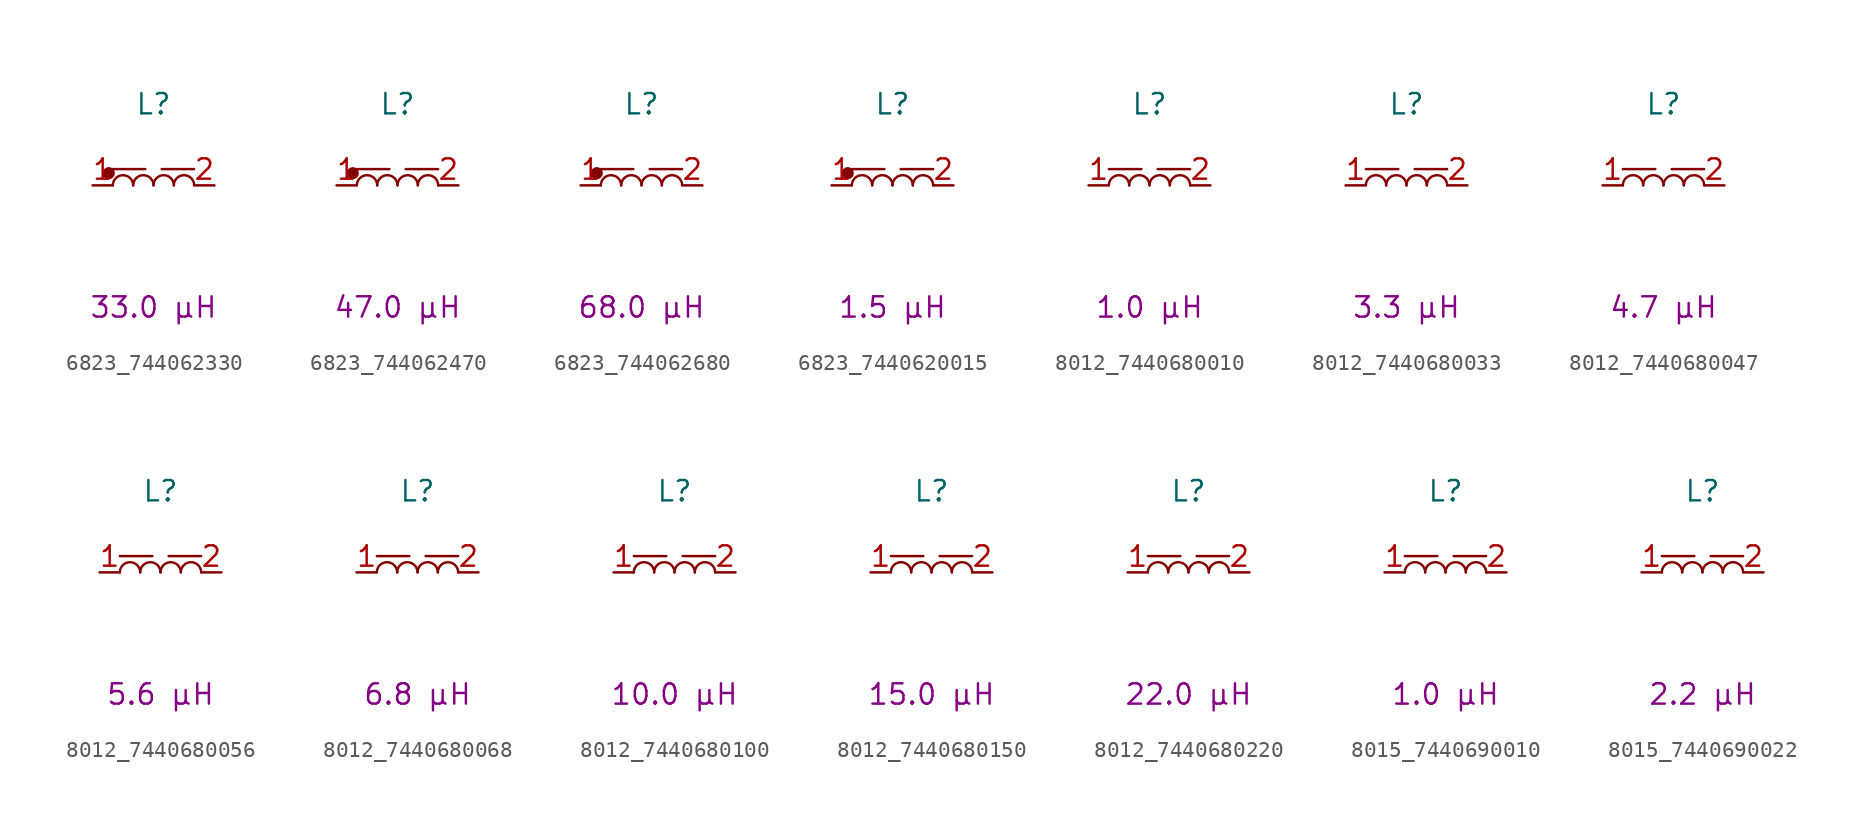
<source format=kicad_sym>
(kicad_symbol_lib
  (version 20220914)
  (generator kicad_symbol_editor)
  (symbol "6823_744062330"
    (pin_names hide)
    (property "Reference" "L"
      (at 0 5.08 0)
      (effects (font (size 1.27 1.27))))
    (property "Critical Parameter" "33.0 µH"
      (at 0 -7.62 0)
      (effects (font (size 1.27 1.27))))
    (symbol "6823_744062330_0_1"
      (arc (start -1.27 0) (mid -1.905 0.6323) (end -2.54 0) (stroke (width 0) (type default)) (fill (type none)))
      (arc (start 0 0) (mid -0.635 0.6323) (end -1.27 0) (stroke (width 0) (type default)) (fill (type none)))
      (polyline (pts (xy -2.54 1.016) (xy -0.508 1.016)) (stroke (width 0) (type default)) (fill (type none)))
      (arc (start 1.27 0) (mid 0.635 0.6323) (end 0 0) (stroke (width 0) (type default)) (fill (type none)))
      (arc (start 2.54 0) (mid 1.905 0.6323) (end 1.27 0) (stroke (width 0) (type default)) (fill (type none))))
    (symbol "6823_744062330_1_1"
      (circle (center -2.794 0.762) (radius 0.0001) (stroke (width 0.381) (type default)) (fill (type none)))
      (polyline (pts (xy 2.54 1.016) (xy 0.508 1.016)) (stroke (width 0) (type default)) (fill (type none)))
      (pin passive line (at -3.81 0 0) (length 1.27) (name "1" (effects (font (size 1.27 1.27)))) (number "1" (effects (font (size 1.27 1.27)))))
      (pin passive line (at 3.81 0 180) (length 1.27) (name "2" (effects (font (size 1.27 1.27)))) (number "2" (effects (font (size 1.27 1.27)))))))
  (symbol "6823_744062470"
    (pin_names hide)
    (property "Reference" "L"
      (at 0 5.08 0)
      (effects (font (size 1.27 1.27))))
    (property "Critical Parameter" "47.0 µH"
      (at 0 -7.62 0)
      (effects (font (size 1.27 1.27))))
    (symbol "6823_744062470_0_1"
      (arc (start -1.27 0) (mid -1.905 0.6323) (end -2.54 0) (stroke (width 0) (type default)) (fill (type none)))
      (arc (start 0 0) (mid -0.635 0.6323) (end -1.27 0) (stroke (width 0) (type default)) (fill (type none)))
      (polyline (pts (xy -2.54 1.016) (xy -0.508 1.016)) (stroke (width 0) (type default)) (fill (type none)))
      (arc (start 1.27 0) (mid 0.635 0.6323) (end 0 0) (stroke (width 0) (type default)) (fill (type none)))
      (arc (start 2.54 0) (mid 1.905 0.6323) (end 1.27 0) (stroke (width 0) (type default)) (fill (type none))))
    (symbol "6823_744062470_1_1"
      (circle (center -2.794 0.762) (radius 0.0001) (stroke (width 0.381) (type default)) (fill (type none)))
      (polyline (pts (xy 2.54 1.016) (xy 0.508 1.016)) (stroke (width 0) (type default)) (fill (type none)))
      (pin passive line (at -3.81 0 0) (length 1.27) (name "1" (effects (font (size 1.27 1.27)))) (number "1" (effects (font (size 1.27 1.27)))))
      (pin passive line (at 3.81 0 180) (length 1.27) (name "2" (effects (font (size 1.27 1.27)))) (number "2" (effects (font (size 1.27 1.27)))))))
  (symbol "6823_744062680"
    (pin_names hide)
    (property "Reference" "L"
      (at 0 5.08 0)
      (effects (font (size 1.27 1.27))))
    (property "Critical Parameter" "68.0 µH"
      (at 0 -7.62 0)
      (effects (font (size 1.27 1.27))))
    (symbol "6823_744062680_0_1"
      (arc (start -1.27 0) (mid -1.905 0.6323) (end -2.54 0) (stroke (width 0) (type default)) (fill (type none)))
      (arc (start 0 0) (mid -0.635 0.6323) (end -1.27 0) (stroke (width 0) (type default)) (fill (type none)))
      (polyline (pts (xy -2.54 1.016) (xy -0.508 1.016)) (stroke (width 0) (type default)) (fill (type none)))
      (arc (start 1.27 0) (mid 0.635 0.6323) (end 0 0) (stroke (width 0) (type default)) (fill (type none)))
      (arc (start 2.54 0) (mid 1.905 0.6323) (end 1.27 0) (stroke (width 0) (type default)) (fill (type none))))
    (symbol "6823_744062680_1_1"
      (circle (center -2.794 0.762) (radius 0.0001) (stroke (width 0.381) (type default)) (fill (type none)))
      (polyline (pts (xy 2.54 1.016) (xy 0.508 1.016)) (stroke (width 0) (type default)) (fill (type none)))
      (pin passive line (at -3.81 0 0) (length 1.27) (name "1" (effects (font (size 1.27 1.27)))) (number "1" (effects (font (size 1.27 1.27)))))
      (pin passive line (at 3.81 0 180) (length 1.27) (name "2" (effects (font (size 1.27 1.27)))) (number "2" (effects (font (size 1.27 1.27)))))))
  (symbol "6823_7440620015"
    (pin_names hide)
    (property "Reference" "L"
      (at 0 5.08 0)
      (effects (font (size 1.27 1.27))))
    (property "Critical Parameter" "1.5 µH"
      (at 0 -7.62 0)
      (effects (font (size 1.27 1.27))))
    (symbol "6823_7440620015_0_1"
      (arc (start -1.27 0) (mid -1.905 0.6323) (end -2.54 0) (stroke (width 0) (type default)) (fill (type none)))
      (arc (start 0 0) (mid -0.635 0.6323) (end -1.27 0) (stroke (width 0) (type default)) (fill (type none)))
      (polyline (pts (xy -2.54 1.016) (xy -0.508 1.016)) (stroke (width 0) (type default)) (fill (type none)))
      (arc (start 1.27 0) (mid 0.635 0.6323) (end 0 0) (stroke (width 0) (type default)) (fill (type none)))
      (arc (start 2.54 0) (mid 1.905 0.6323) (end 1.27 0) (stroke (width 0) (type default)) (fill (type none))))
    (symbol "6823_7440620015_1_1"
      (circle (center -2.794 0.762) (radius 0.0001) (stroke (width 0.381) (type default)) (fill (type none)))
      (polyline (pts (xy 2.54 1.016) (xy 0.508 1.016)) (stroke (width 0) (type default)) (fill (type none)))
      (pin passive line (at -3.81 0 0) (length 1.27) (name "1" (effects (font (size 1.27 1.27)))) (number "1" (effects (font (size 1.27 1.27)))))
      (pin passive line (at 3.81 0 180) (length 1.27) (name "2" (effects (font (size 1.27 1.27)))) (number "2" (effects (font (size 1.27 1.27)))))))
  (symbol "8012_7440680010"
    (pin_names hide)
    (property "Reference" "L"
      (at 0 5.08 0)
      (effects (font (size 1.27 1.27))))
    (property "Critical Parameter" "1.0 µH"
      (at 0 -7.62 0)
      (effects (font (size 1.27 1.27))))
    (symbol "8012_7440680010_0_1"
      (arc (start -1.27 0) (mid -1.905 0.6323) (end -2.54 0) (stroke (width 0) (type default)) (fill (type none)))
      (arc (start 0 0) (mid -0.635 0.6323) (end -1.27 0) (stroke (width 0) (type default)) (fill (type none)))
      (polyline (pts (xy -2.54 1.016) (xy -0.508 1.016)) (stroke (width 0) (type default)) (fill (type none)))
      (arc (start 1.27 0) (mid 0.635 0.6323) (end 0 0) (stroke (width 0) (type default)) (fill (type none)))
      (arc (start 2.54 0) (mid 1.905 0.6323) (end 1.27 0) (stroke (width 0) (type default)) (fill (type none))))
    (symbol "8012_7440680010_1_1"
      (polyline (pts (xy 2.54 1.016) (xy 0.508 1.016)) (stroke (width 0) (type default)) (fill (type none)))
      (pin passive line (at -3.81 0 0) (length 1.27) (name "1" (effects (font (size 1.27 1.27)))) (number "1" (effects (font (size 1.27 1.27)))))
      (pin passive line (at 3.81 0 180) (length 1.27) (name "2" (effects (font (size 1.27 1.27)))) (number "2" (effects (font (size 1.27 1.27)))))))
  (symbol "8012_7440680033"
    (pin_names hide)
    (property "Reference" "L"
      (at 0 5.08 0)
      (effects (font (size 1.27 1.27))))
    (property "Critical Parameter" "3.3 µH"
      (at 0 -7.62 0)
      (effects (font (size 1.27 1.27))))
    (symbol "8012_7440680033_0_1"
      (arc (start -1.27 0) (mid -1.905 0.6323) (end -2.54 0) (stroke (width 0) (type default)) (fill (type none)))
      (arc (start 0 0) (mid -0.635 0.6323) (end -1.27 0) (stroke (width 0) (type default)) (fill (type none)))
      (polyline (pts (xy -2.54 1.016) (xy -0.508 1.016)) (stroke (width 0) (type default)) (fill (type none)))
      (arc (start 1.27 0) (mid 0.635 0.6323) (end 0 0) (stroke (width 0) (type default)) (fill (type none)))
      (arc (start 2.54 0) (mid 1.905 0.6323) (end 1.27 0) (stroke (width 0) (type default)) (fill (type none))))
    (symbol "8012_7440680033_1_1"
      (polyline (pts (xy 2.54 1.016) (xy 0.508 1.016)) (stroke (width 0) (type default)) (fill (type none)))
      (pin passive line (at -3.81 0 0) (length 1.27) (name "1" (effects (font (size 1.27 1.27)))) (number "1" (effects (font (size 1.27 1.27)))))
      (pin passive line (at 3.81 0 180) (length 1.27) (name "2" (effects (font (size 1.27 1.27)))) (number "2" (effects (font (size 1.27 1.27)))))))
  (symbol "8012_7440680047"
    (pin_names hide)
    (property "Reference" "L"
      (at 0 5.08 0)
      (effects (font (size 1.27 1.27))))
    (property "Critical Parameter" "4.7 µH"
      (at 0 -7.62 0)
      (effects (font (size 1.27 1.27))))
    (symbol "8012_7440680047_0_1"
      (arc (start -1.27 0) (mid -1.905 0.6323) (end -2.54 0) (stroke (width 0) (type default)) (fill (type none)))
      (arc (start 0 0) (mid -0.635 0.6323) (end -1.27 0) (stroke (width 0) (type default)) (fill (type none)))
      (polyline (pts (xy -2.54 1.016) (xy -0.508 1.016)) (stroke (width 0) (type default)) (fill (type none)))
      (arc (start 1.27 0) (mid 0.635 0.6323) (end 0 0) (stroke (width 0) (type default)) (fill (type none)))
      (arc (start 2.54 0) (mid 1.905 0.6323) (end 1.27 0) (stroke (width 0) (type default)) (fill (type none))))
    (symbol "8012_7440680047_1_1"
      (polyline (pts (xy 2.54 1.016) (xy 0.508 1.016)) (stroke (width 0) (type default)) (fill (type none)))
      (pin passive line (at -3.81 0 0) (length 1.27) (name "1" (effects (font (size 1.27 1.27)))) (number "1" (effects (font (size 1.27 1.27)))))
      (pin passive line (at 3.81 0 180) (length 1.27) (name "2" (effects (font (size 1.27 1.27)))) (number "2" (effects (font (size 1.27 1.27)))))))
  (symbol "8012_7440680056"
    (pin_names hide)
    (property "Reference" "L"
      (at 0 5.08 0)
      (effects (font (size 1.27 1.27))))
    (property "Critical Parameter" "5.6 µH"
      (at 0 -7.62 0)
      (effects (font (size 1.27 1.27))))
    (symbol "8012_7440680056_0_1"
      (arc (start -1.27 0) (mid -1.905 0.6323) (end -2.54 0) (stroke (width 0) (type default)) (fill (type none)))
      (arc (start 0 0) (mid -0.635 0.6323) (end -1.27 0) (stroke (width 0) (type default)) (fill (type none)))
      (polyline (pts (xy -2.54 1.016) (xy -0.508 1.016)) (stroke (width 0) (type default)) (fill (type none)))
      (arc (start 1.27 0) (mid 0.635 0.6323) (end 0 0) (stroke (width 0) (type default)) (fill (type none)))
      (arc (start 2.54 0) (mid 1.905 0.6323) (end 1.27 0) (stroke (width 0) (type default)) (fill (type none))))
    (symbol "8012_7440680056_1_1"
      (polyline (pts (xy 2.54 1.016) (xy 0.508 1.016)) (stroke (width 0) (type default)) (fill (type none)))
      (pin passive line (at -3.81 0 0) (length 1.27) (name "1" (effects (font (size 1.27 1.27)))) (number "1" (effects (font (size 1.27 1.27)))))
      (pin passive line (at 3.81 0 180) (length 1.27) (name "2" (effects (font (size 1.27 1.27)))) (number "2" (effects (font (size 1.27 1.27)))))))
  (symbol "8012_7440680068"
    (pin_names hide)
    (property "Reference" "L"
      (at 0 5.08 0)
      (effects (font (size 1.27 1.27))))
    (property "Critical Parameter" "6.8 µH"
      (at 0 -7.62 0)
      (effects (font (size 1.27 1.27))))
    (symbol "8012_7440680068_0_1"
      (arc (start -1.27 0) (mid -1.905 0.6323) (end -2.54 0) (stroke (width 0) (type default)) (fill (type none)))
      (arc (start 0 0) (mid -0.635 0.6323) (end -1.27 0) (stroke (width 0) (type default)) (fill (type none)))
      (polyline (pts (xy -2.54 1.016) (xy -0.508 1.016)) (stroke (width 0) (type default)) (fill (type none)))
      (arc (start 1.27 0) (mid 0.635 0.6323) (end 0 0) (stroke (width 0) (type default)) (fill (type none)))
      (arc (start 2.54 0) (mid 1.905 0.6323) (end 1.27 0) (stroke (width 0) (type default)) (fill (type none))))
    (symbol "8012_7440680068_1_1"
      (polyline (pts (xy 2.54 1.016) (xy 0.508 1.016)) (stroke (width 0) (type default)) (fill (type none)))
      (pin passive line (at -3.81 0 0) (length 1.27) (name "1" (effects (font (size 1.27 1.27)))) (number "1" (effects (font (size 1.27 1.27)))))
      (pin passive line (at 3.81 0 180) (length 1.27) (name "2" (effects (font (size 1.27 1.27)))) (number "2" (effects (font (size 1.27 1.27)))))))
  (symbol "8012_7440680100"
    (pin_names hide)
    (property "Reference" "L"
      (at 0 5.08 0)
      (effects (font (size 1.27 1.27))))
    (property "Critical Parameter" "10.0 µH"
      (at 0 -7.62 0)
      (effects (font (size 1.27 1.27))))
    (symbol "8012_7440680100_0_1"
      (arc (start -1.27 0) (mid -1.905 0.6323) (end -2.54 0) (stroke (width 0) (type default)) (fill (type none)))
      (arc (start 0 0) (mid -0.635 0.6323) (end -1.27 0) (stroke (width 0) (type default)) (fill (type none)))
      (polyline (pts (xy -2.54 1.016) (xy -0.508 1.016)) (stroke (width 0) (type default)) (fill (type none)))
      (arc (start 1.27 0) (mid 0.635 0.6323) (end 0 0) (stroke (width 0) (type default)) (fill (type none)))
      (arc (start 2.54 0) (mid 1.905 0.6323) (end 1.27 0) (stroke (width 0) (type default)) (fill (type none))))
    (symbol "8012_7440680100_1_1"
      (polyline (pts (xy 2.54 1.016) (xy 0.508 1.016)) (stroke (width 0) (type default)) (fill (type none)))
      (pin passive line (at -3.81 0 0) (length 1.27) (name "1" (effects (font (size 1.27 1.27)))) (number "1" (effects (font (size 1.27 1.27)))))
      (pin passive line (at 3.81 0 180) (length 1.27) (name "2" (effects (font (size 1.27 1.27)))) (number "2" (effects (font (size 1.27 1.27)))))))
  (symbol "8012_7440680150"
    (pin_names hide)
    (property "Reference" "L"
      (at 0 5.08 0)
      (effects (font (size 1.27 1.27))))
    (property "Critical Parameter" "15.0 µH"
      (at 0 -7.62 0)
      (effects (font (size 1.27 1.27))))
    (symbol "8012_7440680150_0_1"
      (arc (start -1.27 0) (mid -1.905 0.6323) (end -2.54 0) (stroke (width 0) (type default)) (fill (type none)))
      (arc (start 0 0) (mid -0.635 0.6323) (end -1.27 0) (stroke (width 0) (type default)) (fill (type none)))
      (polyline (pts (xy -2.54 1.016) (xy -0.508 1.016)) (stroke (width 0) (type default)) (fill (type none)))
      (arc (start 1.27 0) (mid 0.635 0.6323) (end 0 0) (stroke (width 0) (type default)) (fill (type none)))
      (arc (start 2.54 0) (mid 1.905 0.6323) (end 1.27 0) (stroke (width 0) (type default)) (fill (type none))))
    (symbol "8012_7440680150_1_1"
      (polyline (pts (xy 2.54 1.016) (xy 0.508 1.016)) (stroke (width 0) (type default)) (fill (type none)))
      (pin passive line (at -3.81 0 0) (length 1.27) (name "1" (effects (font (size 1.27 1.27)))) (number "1" (effects (font (size 1.27 1.27)))))
      (pin passive line (at 3.81 0 180) (length 1.27) (name "2" (effects (font (size 1.27 1.27)))) (number "2" (effects (font (size 1.27 1.27)))))))
  (symbol "8012_7440680220"
    (pin_names hide)
    (property "Reference" "L"
      (at 0 5.08 0)
      (effects (font (size 1.27 1.27))))
    (property "Critical Parameter" "22.0 µH"
      (at 0 -7.62 0)
      (effects (font (size 1.27 1.27))))
    (symbol "8012_7440680220_0_1"
      (arc (start -1.27 0) (mid -1.905 0.6323) (end -2.54 0) (stroke (width 0) (type default)) (fill (type none)))
      (arc (start 0 0) (mid -0.635 0.6323) (end -1.27 0) (stroke (width 0) (type default)) (fill (type none)))
      (polyline (pts (xy -2.54 1.016) (xy -0.508 1.016)) (stroke (width 0) (type default)) (fill (type none)))
      (arc (start 1.27 0) (mid 0.635 0.6323) (end 0 0) (stroke (width 0) (type default)) (fill (type none)))
      (arc (start 2.54 0) (mid 1.905 0.6323) (end 1.27 0) (stroke (width 0) (type default)) (fill (type none))))
    (symbol "8012_7440680220_1_1"
      (polyline (pts (xy 2.54 1.016) (xy 0.508 1.016)) (stroke (width 0) (type default)) (fill (type none)))
      (pin passive line (at -3.81 0 0) (length 1.27) (name "1" (effects (font (size 1.27 1.27)))) (number "1" (effects (font (size 1.27 1.27)))))
      (pin passive line (at 3.81 0 180) (length 1.27) (name "2" (effects (font (size 1.27 1.27)))) (number "2" (effects (font (size 1.27 1.27)))))))
  (symbol "8015_7440690010"
    (pin_names hide)
    (property "Reference" "L"
      (at 0 5.08 0)
      (effects (font (size 1.27 1.27))))
    (property "Critical Parameter" "1.0 µH"
      (at 0 -7.62 0)
      (effects (font (size 1.27 1.27))))
    (symbol "8015_7440690010_0_1"
      (arc (start -1.27 0) (mid -1.905 0.6323) (end -2.54 0) (stroke (width 0) (type default)) (fill (type none)))
      (arc (start 0 0) (mid -0.635 0.6323) (end -1.27 0) (stroke (width 0) (type default)) (fill (type none)))
      (polyline (pts (xy -2.54 1.016) (xy -0.508 1.016)) (stroke (width 0) (type default)) (fill (type none)))
      (arc (start 1.27 0) (mid 0.635 0.6323) (end 0 0) (stroke (width 0) (type default)) (fill (type none)))
      (arc (start 2.54 0) (mid 1.905 0.6323) (end 1.27 0) (stroke (width 0) (type default)) (fill (type none))))
    (symbol "8015_7440690010_1_1"
      (polyline (pts (xy 2.54 1.016) (xy 0.508 1.016)) (stroke (width 0) (type default)) (fill (type none)))
      (pin passive line (at -3.81 0 0) (length 1.27) (name "1" (effects (font (size 1.27 1.27)))) (number "1" (effects (font (size 1.27 1.27)))))
      (pin passive line (at 3.81 0 180) (length 1.27) (name "2" (effects (font (size 1.27 1.27)))) (number "2" (effects (font (size 1.27 1.27)))))))
  (symbol "8015_7440690022"
    (pin_names hide)
    (property "Reference" "L"
      (at 0 5.08 0)
      (effects (font (size 1.27 1.27))))
    (property "Critical Parameter" "2.2 µH"
      (at 0 -7.62 0)
      (effects (font (size 1.27 1.27))))
    (symbol "8015_7440690022_0_1"
      (arc (start -1.27 0) (mid -1.905 0.6323) (end -2.54 0) (stroke (width 0) (type default)) (fill (type none)))
      (arc (start 0 0) (mid -0.635 0.6323) (end -1.27 0) (stroke (width 0) (type default)) (fill (type none)))
      (polyline (pts (xy -2.54 1.016) (xy -0.508 1.016)) (stroke (width 0) (type default)) (fill (type none)))
      (arc (start 1.27 0) (mid 0.635 0.6323) (end 0 0) (stroke (width 0) (type default)) (fill (type none)))
      (arc (start 2.54 0) (mid 1.905 0.6323) (end 1.27 0) (stroke (width 0) (type default)) (fill (type none))))
    (symbol "8015_7440690022_1_1"
      (polyline (pts (xy 2.54 1.016) (xy 0.508 1.016)) (stroke (width 0) (type default)) (fill (type none)))
      (pin passive line (at -3.81 0 0) (length 1.27) (name "1" (effects (font (size 1.27 1.27)))) (number "1" (effects (font (size 1.27 1.27)))))
      (pin passive line (at 3.81 0 180) (length 1.27) (name "2" (effects (font (size 1.27 1.27)))) (number "2" (effects (font (size 1.27 1.27))))))))
</source>
